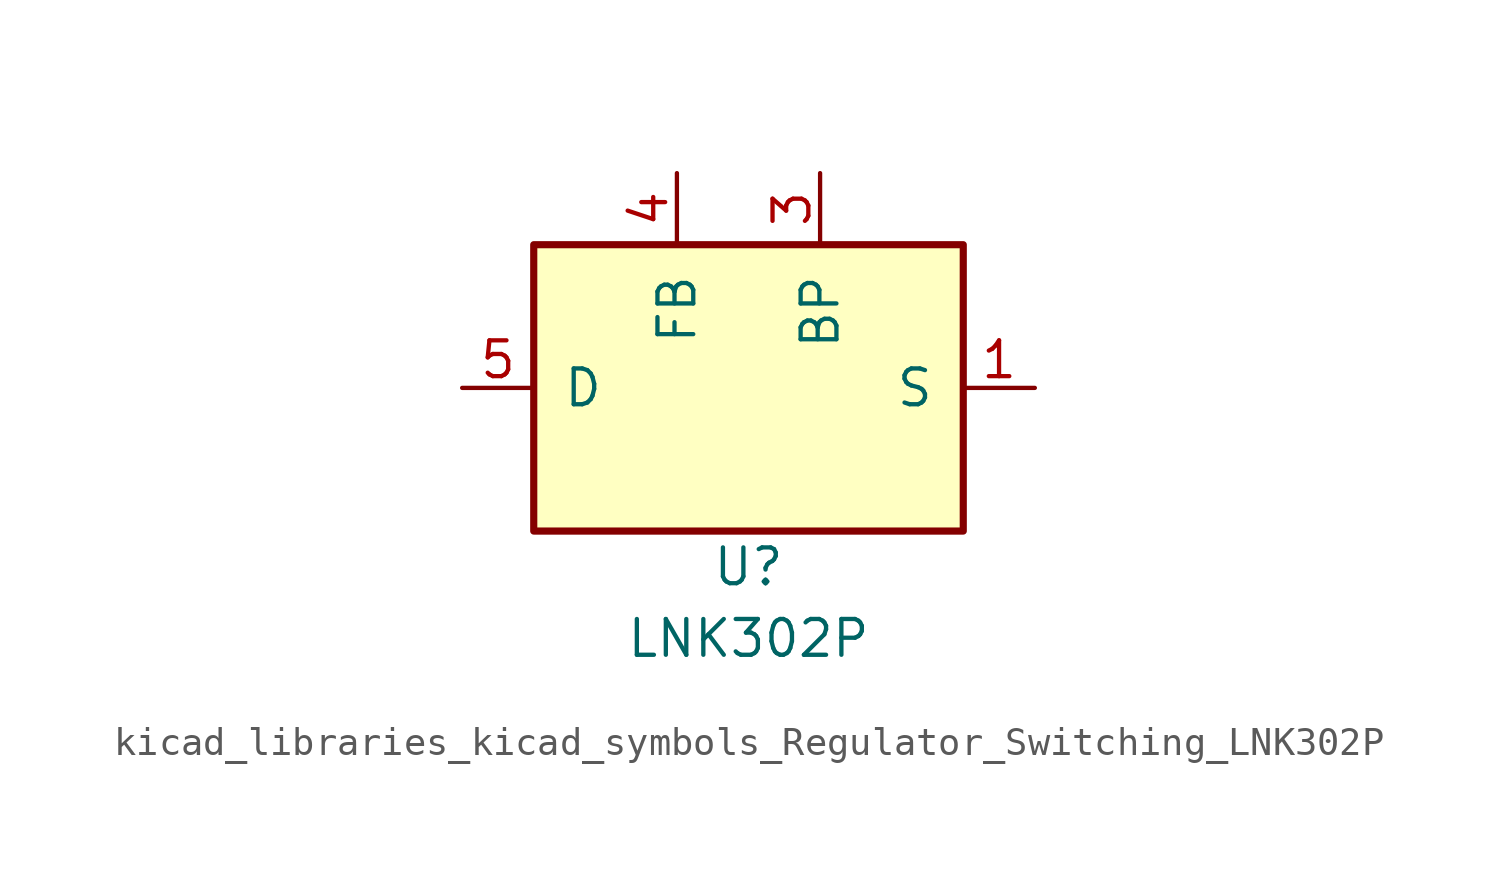
<source format=kicad_sym>
(kicad_symbol_lib
  (version 20220914)
  (generator kicad_symbol_editor)
  (symbol "kicad_libraries_kicad_symbols_Regulator_Switching_LNK302P"
    (pin_names
      (offset 1.016))
    (property "Reference" "U"
      (at 0 -6.35 0)
      (effects (font (size 1.27 1.27))))
    (property "Value" "LNK302P"
      (at 0 -8.89 0)
      (effects (font (size 1.27 1.27))))
    (symbol "kicad_libraries_kicad_symbols_Regulator_Switching_LNK302P_0_1"
      (rectangle (start -7.62 5.08) (end 7.62 -5.08) (stroke (width 0.254) (type default)) (fill (type background))))
    (symbol "kicad_libraries_kicad_symbols_Regulator_Switching_LNK302P_1_1"
      (pin power_in line (at 10.16 0 180) (length 2.54) (name "S" (effects (font (size 1.27 1.27)))) (number "1" (effects (font (size 1.27 1.27)))))
      (pin passive line (at 10.16 0 180) (length 2.54) hide (name "S" (effects (font (size 1.27 1.27)))) (number "2" (effects (font (size 1.27 1.27)))))
      (pin input line (at 2.54 7.62 270) (length 2.54) (name "BP" (effects (font (size 1.27 1.27)))) (number "3" (effects (font (size 1.27 1.27)))))
      (pin input line (at -2.54 7.62 270) (length 2.54) (name "FB" (effects (font (size 1.27 1.27)))) (number "4" (effects (font (size 1.27 1.27)))))
      (pin open_collector line (at -10.16 0 0) (length 2.54) (name "D" (effects (font (size 1.27 1.27)))) (number "5" (effects (font (size 1.27 1.27)))))
      (pin passive line (at 10.16 0 180) (length 2.54) hide (name "S" (effects (font (size 1.27 1.27)))) (number "7" (effects (font (size 1.27 1.27)))))
      (pin passive line (at 10.16 0 180) (length 2.54) hide (name "S" (effects (font (size 1.27 1.27)))) (number "8" (effects (font (size 1.27 1.27))))))))
</source>
